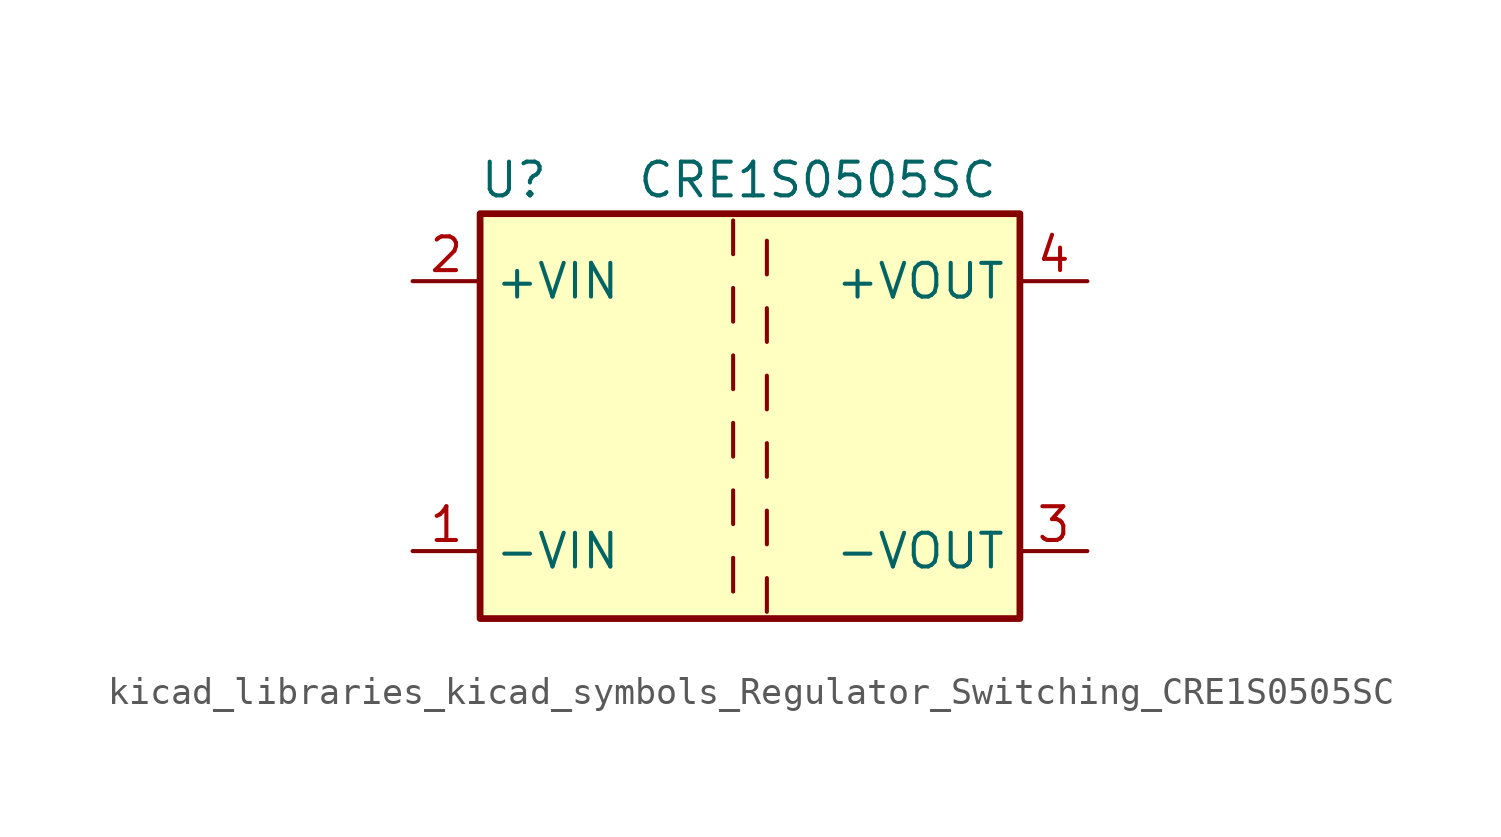
<source format=kicad_sym>
(kicad_symbol_lib
  (version 20220914)
  (generator kicad_symbol_editor)
  (symbol "kicad_libraries_kicad_symbols_Regulator_Switching_CRE1S0505SC"
    (property "Reference" "U"
      (at -8.89 8.89 0)
      (effects (font (size 1.27 1.27))))
    (property "Value" "CRE1S0505SC"
      (at 2.54 8.89 0)
      (effects (font (size 1.27 1.27))))
    (symbol "kicad_libraries_kicad_symbols_Regulator_Switching_CRE1S0505SC_0_1"
      (rectangle (start -10.16 7.62) (end 10.16 -7.62) (stroke (width 0.254) (type default)) (fill (type background)))
      (polyline (pts (xy -0.635 -5.334) (xy -0.635 -6.604)) (stroke (width 0) (type default)) (fill (type none)))
      (polyline (pts (xy -0.635 -2.794) (xy -0.635 -4.064)) (stroke (width 0) (type default)) (fill (type none)))
      (polyline (pts (xy -0.635 -0.254) (xy -0.635 -1.524)) (stroke (width 0) (type default)) (fill (type none)))
      (polyline (pts (xy -0.635 2.286) (xy -0.635 1.016)) (stroke (width 0) (type default)) (fill (type none)))
      (polyline (pts (xy -0.635 4.826) (xy -0.635 3.556)) (stroke (width 0) (type default)) (fill (type none)))
      (polyline (pts (xy -0.635 7.366) (xy -0.635 6.096)) (stroke (width 0) (type default)) (fill (type none)))
      (polyline (pts (xy 0.635 -7.366) (xy 0.635 -6.096)) (stroke (width 0) (type default)) (fill (type none)))
      (polyline (pts (xy 0.635 -4.826) (xy 0.635 -3.556)) (stroke (width 0) (type default)) (fill (type none)))
      (polyline (pts (xy 0.635 -2.286) (xy 0.635 -1.016)) (stroke (width 0) (type default)) (fill (type none)))
      (polyline (pts (xy 0.635 0.254) (xy 0.635 1.524)) (stroke (width 0) (type default)) (fill (type none)))
      (polyline (pts (xy 0.635 2.794) (xy 0.635 4.064)) (stroke (width 0) (type default)) (fill (type none)))
      (polyline (pts (xy 0.635 5.334) (xy 0.635 6.604)) (stroke (width 0) (type default)) (fill (type none))))
    (symbol "kicad_libraries_kicad_symbols_Regulator_Switching_CRE1S0505SC_1_1"
      (pin power_in line (at -12.7 -5.08 0) (length 2.54) (name "-VIN" (effects (font (size 1.27 1.27)))) (number "1" (effects (font (size 1.27 1.27)))))
      (pin power_in line (at -12.7 5.08 0) (length 2.54) (name "+VIN" (effects (font (size 1.27 1.27)))) (number "2" (effects (font (size 1.27 1.27)))))
      (pin power_out line (at 12.7 -5.08 180) (length 2.54) (name "-VOUT" (effects (font (size 1.27 1.27)))) (number "3" (effects (font (size 1.27 1.27)))))
      (pin power_out line (at 12.7 5.08 180) (length 2.54) (name "+VOUT" (effects (font (size 1.27 1.27)))) (number "4" (effects (font (size 1.27 1.27))))))))
</source>
